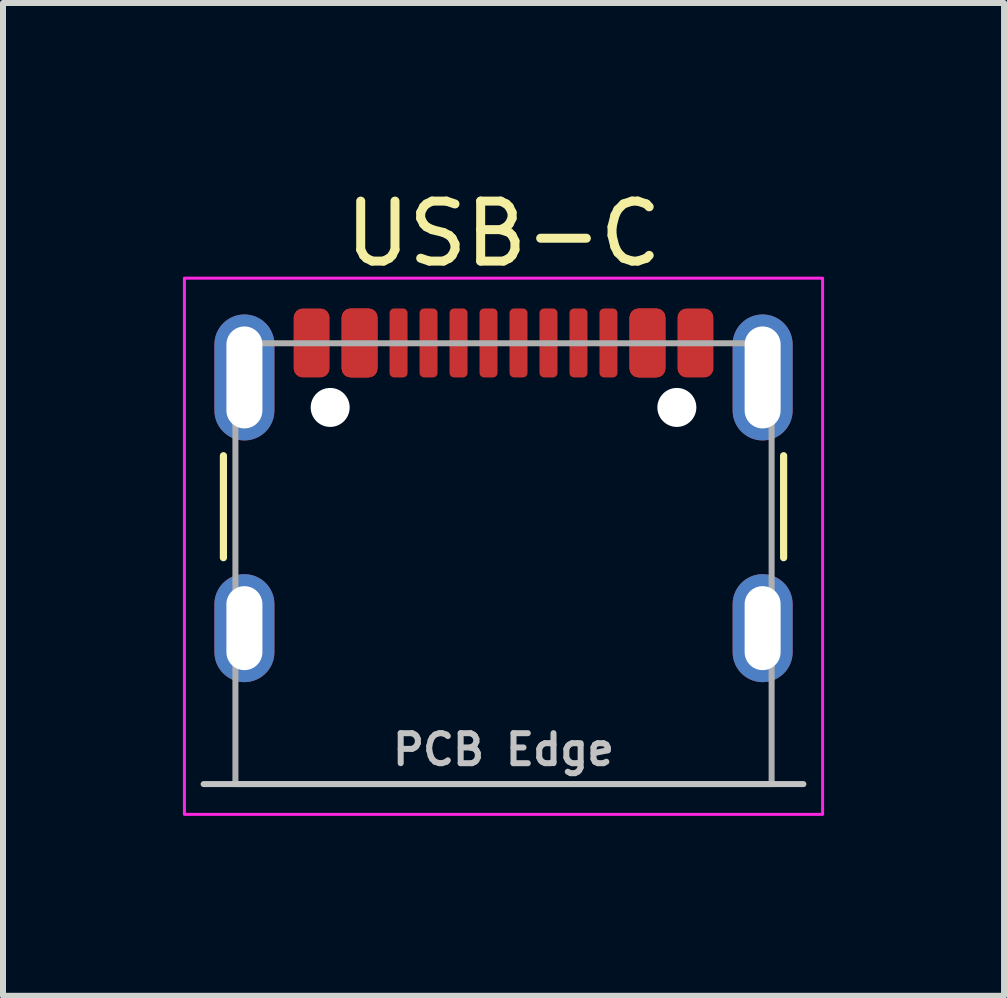
<source format=kicad_pcb>
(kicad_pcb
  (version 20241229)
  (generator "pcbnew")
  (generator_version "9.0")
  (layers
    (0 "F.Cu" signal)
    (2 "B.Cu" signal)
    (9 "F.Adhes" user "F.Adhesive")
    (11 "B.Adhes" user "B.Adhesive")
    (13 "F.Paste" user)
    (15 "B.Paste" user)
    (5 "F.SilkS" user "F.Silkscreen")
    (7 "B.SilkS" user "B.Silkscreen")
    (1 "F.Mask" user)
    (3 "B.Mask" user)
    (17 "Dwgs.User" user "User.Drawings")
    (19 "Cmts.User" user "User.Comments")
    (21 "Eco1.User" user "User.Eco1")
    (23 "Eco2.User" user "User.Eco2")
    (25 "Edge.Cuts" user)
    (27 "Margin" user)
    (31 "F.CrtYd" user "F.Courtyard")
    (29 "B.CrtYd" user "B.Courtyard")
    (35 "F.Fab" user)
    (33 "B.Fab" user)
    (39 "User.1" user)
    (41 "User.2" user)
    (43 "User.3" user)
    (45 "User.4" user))
  (footprint "USB-C"
    (layer "F.Cu")
    (at 5.345 6.348)
    (property "Reference" "USB-C" (at 0 -5.5 0) (unlocked yes) (layer "F.SilkS") (effects (font (size 1 1) (thickness 0.15))))
    (attr smd)
    (fp_line (start -4.67 -0.1) (end -4.67 -1.8) (stroke (width 0.12) (type solid)) (layer "F.SilkS"))
    (fp_line (start 4.67 -0.1) (end 4.67 -1.8) (stroke (width 0.12) (type solid)) (layer "F.SilkS"))
    (fp_line (start 5 3.675) (end -5 3.675) (stroke (width 0.1) (type solid)) (layer "Dwgs.User"))
    (fp_rect (start -5.32 -4.76) (end 5.32 4.18) (stroke (width 0.05) (type solid)) (fill no) (layer "F.CrtYd"))
    (fp_rect (start -4.47 -3.675) (end 4.47 3.675) (stroke (width 0.1) (type solid)) (fill no) (layer "F.Fab"))
    (fp_text user "PCB Edge" (at 0 3.1 0) (unlocked yes) (layer "Dwgs.User") (effects (font (size 0.5 0.5) (thickness 0.1))))
    (pad "" np_thru_hole circle (at -2.89 -2.605) (size 0.65 0.65) (drill 0.65) (layers "*.Cu" "*.Mask"))
    (pad "" np_thru_hole circle (at 2.89 -2.605) (size 0.65 0.65) (drill 0.65) (layers "*.Cu" "*.Mask"))
    (pad "A1-B12" smd roundrect (at -3.2 -3.68) (size 0.6 1.15) (layers "F.Cu" "F.Mask" "F.Paste") (roundrect_rratio 0.25))
    (pad "A4-B9" smd roundrect (at -2.4 -3.68) (size 0.6 1.15) (layers "F.Cu" "F.Mask" "F.Paste") (roundrect_rratio 0.25))
    (pad "A4-B9" smd roundrect (at -2.4 -3.68) (size 0.6 1.15) (layers "F.Cu" "F.Mask" "F.Paste") (roundrect_rratio 0.25))
    (pad "A5" smd roundrect (at -1.25 -3.68) (size 0.3 1.15) (layers "F.Cu" "F.Mask" "F.Paste") (roundrect_rratio 0.25))
    (pad "A6" smd roundrect (at -0.25 -3.68) (size 0.3 1.15) (layers "F.Cu" "F.Mask" "F.Paste") (roundrect_rratio 0.25))
    (pad "A7" smd roundrect (at 0.25 -3.68) (size 0.3 1.15) (layers "F.Cu" "F.Mask" "F.Paste") (roundrect_rratio 0.25))
    (pad "A8" smd roundrect (at 1.25 -3.68) (size 0.3 1.15) (layers "F.Cu" "F.Mask" "F.Paste") (roundrect_rratio 0.25))
    (pad "B1-A12" smd roundrect (at 3.2 -3.68) (size 0.6 1.15) (layers "F.Cu" "F.Mask" "F.Paste") (roundrect_rratio 0.25))
    (pad "B4-A9" smd roundrect (at 2.4 -3.68) (size 0.6 1.15) (layers "F.Cu" "F.Mask" "F.Paste") (roundrect_rratio 0.25))
    (pad "B4-A9" smd roundrect (at 2.4 -3.68) (size 0.6 1.15) (layers "F.Cu" "F.Mask" "F.Paste") (roundrect_rratio 0.25))
    (pad "B5" smd roundrect (at 1.75 -3.68) (size 0.3 1.15) (layers "F.Cu" "F.Mask" "F.Paste") (roundrect_rratio 0.25))
    (pad "B6" smd roundrect (at 0.75 -3.68) (size 0.3 1.15) (layers "F.Cu" "F.Mask" "F.Paste") (roundrect_rratio 0.25))
    (pad "B7" smd roundrect (at -0.75 -3.68) (size 0.3 1.15) (layers "F.Cu" "F.Mask" "F.Paste") (roundrect_rratio 0.25))
    (pad "B8" smd roundrect (at -1.75 -3.68) (size 0.3 1.15) (layers "F.Cu" "F.Mask" "F.Paste") (roundrect_rratio 0.25))
    (pad "S1" thru_hole oval (at 4.32 1.075) (size 1 1.8) (drill oval 0.6 1.4) (property pad_prop_heatsink) (layers "*.Cu" "*.Mask" "F.Paste"))
    (pad "S2" thru_hole oval (at 4.32 -3.105) (size 1 2.1) (drill oval 0.6 1.7) (property pad_prop_heatsink) (layers "*.Cu" "*.Mask" "F.Paste"))
    (pad "S3" thru_hole oval (at -4.32 1.075) (size 1 1.8) (drill oval 0.6 1.4) (property pad_prop_heatsink) (layers "*.Cu" "*.Mask" "F.Paste"))
    (pad "S4" thru_hole oval (at -4.32 -3.105) (size 1 2.1) (drill oval 0.6 1.7) (property pad_prop_heatsink) (layers "*.Cu" "*.Mask" "F.Paste")))
  (gr_rect
    (start -3 -3)
    (end 13.69 13.553)
    (stroke (width 0.1) (type default))
    (fill no)
    (layer "Edge.Cuts")))
</source>
